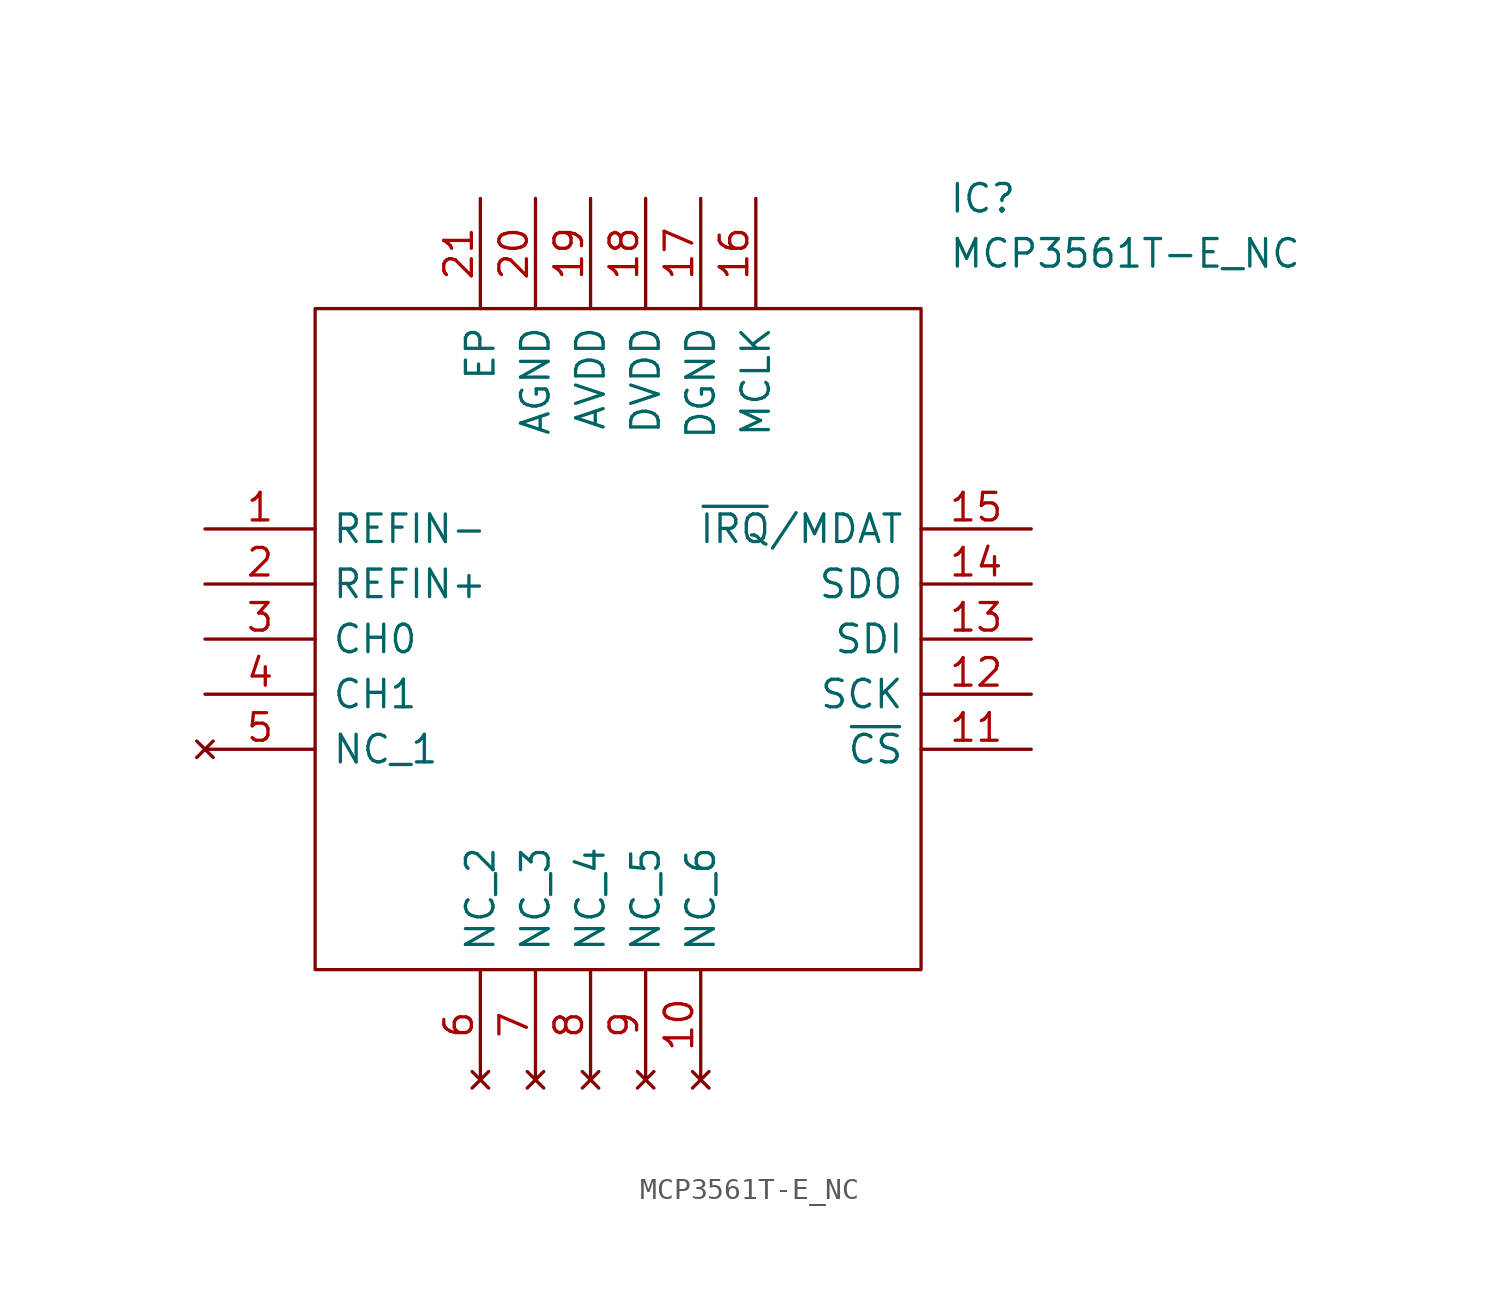
<source format=kicad_sym>
(kicad_symbol_lib
  (version 20211014)
  (generator kicad_symbol_editor)
  (symbol "MCP3561T-E_NC"
    (pin_names
      (offset 0.762))
    (property "Reference" "IC"
      (at 34.29 15.24 0)
      (effects (font (size 1.27 1.27)) (justify left)))
    (property "Value" "MCP3561T-E_NC"
      (at 34.29 12.7 0)
      (effects (font (size 1.27 1.27)) (justify left)))
    (symbol "MCP3561T-E_NC_0_0"
      (pin passive line (at 0 0 0) (length 5.08) (name "REFIN-" (effects (font (size 1.27 1.27)))) (number "1" (effects (font (size 1.27 1.27)))))
      (pin no_connect line (at 22.86 -25.4 90) (length 5.08) (name "NC_6" (effects (font (size 1.27 1.27)))) (number "10" (effects (font (size 1.27 1.27)))))
      (pin passive line (at 38.1 -10.16 180) (length 5.08) (name "~{CS}" (effects (font (size 1.27 1.27)))) (number "11" (effects (font (size 1.27 1.27)))))
      (pin passive line (at 38.1 -7.62 180) (length 5.08) (name "SCK" (effects (font (size 1.27 1.27)))) (number "12" (effects (font (size 1.27 1.27)))))
      (pin passive line (at 38.1 -5.08 180) (length 5.08) (name "SDI" (effects (font (size 1.27 1.27)))) (number "13" (effects (font (size 1.27 1.27)))))
      (pin passive line (at 38.1 -2.54 180) (length 5.08) (name "SDO" (effects (font (size 1.27 1.27)))) (number "14" (effects (font (size 1.27 1.27)))))
      (pin passive line (at 38.1 0 180) (length 5.08) (name "~{IRQ}/MDAT" (effects (font (size 1.27 1.27)))) (number "15" (effects (font (size 1.27 1.27)))))
      (pin passive line (at 25.4 15.24 270) (length 5.08) (name "MCLK" (effects (font (size 1.27 1.27)))) (number "16" (effects (font (size 1.27 1.27)))))
      (pin passive line (at 22.86 15.24 270) (length 5.08) (name "DGND" (effects (font (size 1.27 1.27)))) (number "17" (effects (font (size 1.27 1.27)))))
      (pin passive line (at 20.32 15.24 270) (length 5.08) (name "DVDD" (effects (font (size 1.27 1.27)))) (number "18" (effects (font (size 1.27 1.27)))))
      (pin passive line (at 17.78 15.24 270) (length 5.08) (name "AVDD" (effects (font (size 1.27 1.27)))) (number "19" (effects (font (size 1.27 1.27)))))
      (pin passive line (at 0 -2.54 0) (length 5.08) (name "REFIN+" (effects (font (size 1.27 1.27)))) (number "2" (effects (font (size 1.27 1.27)))))
      (pin passive line (at 15.24 15.24 270) (length 5.08) (name "AGND" (effects (font (size 1.27 1.27)))) (number "20" (effects (font (size 1.27 1.27)))))
      (pin passive line (at 12.7 15.24 270) (length 5.08) (name "EP" (effects (font (size 1.27 1.27)))) (number "21" (effects (font (size 1.27 1.27)))))
      (pin passive line (at 0 -5.08 0) (length 5.08) (name "CH0" (effects (font (size 1.27 1.27)))) (number "3" (effects (font (size 1.27 1.27)))))
      (pin passive line (at 0 -7.62 0) (length 5.08) (name "CH1" (effects (font (size 1.27 1.27)))) (number "4" (effects (font (size 1.27 1.27)))))
      (pin no_connect line (at 0 -10.16 0) (length 5.08) (name "NC_1" (effects (font (size 1.27 1.27)))) (number "5" (effects (font (size 1.27 1.27)))))
      (pin no_connect line (at 12.7 -25.4 90) (length 5.08) (name "NC_2" (effects (font (size 1.27 1.27)))) (number "6" (effects (font (size 1.27 1.27)))))
      (pin no_connect line (at 15.24 -25.4 90) (length 5.08) (name "NC_3" (effects (font (size 1.27 1.27)))) (number "7" (effects (font (size 1.27 1.27)))))
      (pin no_connect line (at 17.78 -25.4 90) (length 5.08) (name "NC_4" (effects (font (size 1.27 1.27)))) (number "8" (effects (font (size 1.27 1.27)))))
      (pin no_connect line (at 20.32 -25.4 90) (length 5.08) (name "NC_5" (effects (font (size 1.27 1.27)))) (number "9" (effects (font (size 1.27 1.27))))))
    (symbol "MCP3561T-E_NC_0_1"
      (polyline (pts (xy 5.08 10.16) (xy 33.02 10.16) (xy 33.02 -20.32) (xy 5.08 -20.32) (xy 5.08 10.16)) (stroke (width 0.152) (type default) (color 0 0 0 0)) (fill (type none))))))
</source>
